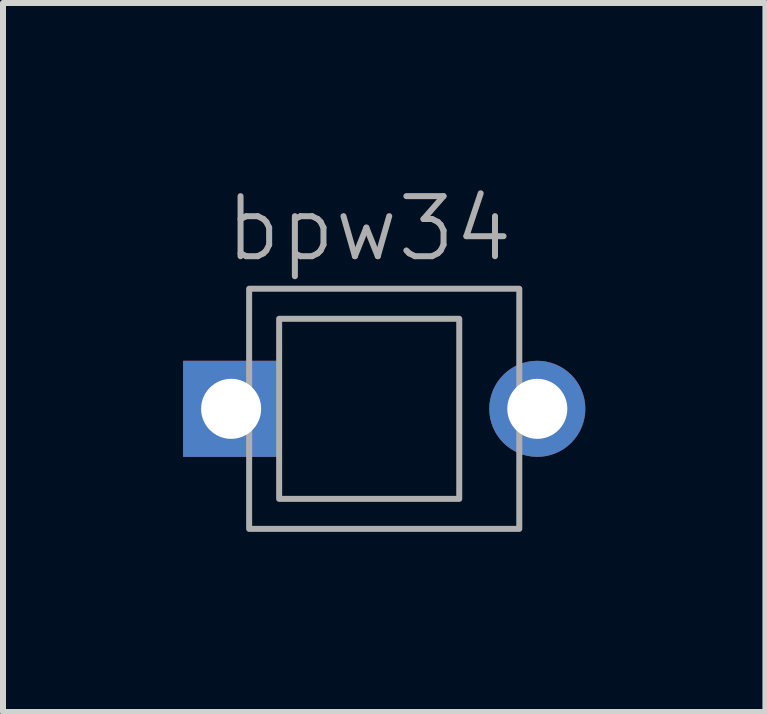
<source format=kicad_pcb>
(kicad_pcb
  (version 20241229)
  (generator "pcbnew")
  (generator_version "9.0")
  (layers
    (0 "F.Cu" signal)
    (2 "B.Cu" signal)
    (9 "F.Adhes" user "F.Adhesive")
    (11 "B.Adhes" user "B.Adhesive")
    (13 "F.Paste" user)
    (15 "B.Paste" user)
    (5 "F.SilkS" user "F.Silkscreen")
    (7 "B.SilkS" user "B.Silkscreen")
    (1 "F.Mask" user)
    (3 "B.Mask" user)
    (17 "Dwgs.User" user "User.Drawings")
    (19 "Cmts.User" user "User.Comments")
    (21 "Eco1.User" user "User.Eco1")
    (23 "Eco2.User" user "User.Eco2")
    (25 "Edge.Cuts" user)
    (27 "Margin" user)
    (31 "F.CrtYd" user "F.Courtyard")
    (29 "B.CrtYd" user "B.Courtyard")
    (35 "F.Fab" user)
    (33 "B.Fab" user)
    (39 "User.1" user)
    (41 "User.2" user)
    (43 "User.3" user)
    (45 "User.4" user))
  (footprint "bpw34"
    (layer "F.Cu")
    (at 3.1 3.76)
    (property "Reference" "bpw34" (at 0 -3 0) (unlocked yes) (layer "F.Fab") (effects (font (size 1 1) (thickness 0.1))))
    (attr through_hole)
    (fp_rect (start -2 2) (end 2.5 -2) (stroke (width 0.1) (type default)) (fill no) (layer "F.Fab"))
    (fp_rect (start -1.5 1.5) (end 1.5 -1.5) (stroke (width 0.1) (type default)) (fill no) (layer "F.Fab"))
    (pad "1" thru_hole rect (at -2.3 0) (size 1.6 1.6) (drill 1) (layers "*.Cu" "*.Mask"))
    (pad "2" thru_hole circle (at 2.8 0) (size 1.6 1.6) (drill 1) (layers "*.Cu" "*.Mask")))
  (gr_rect
    (start -3 -3)
    (end 9.7 8.81)
    (stroke (width 0.1) (type default))
    (fill no)
    (layer "Edge.Cuts")))
</source>
